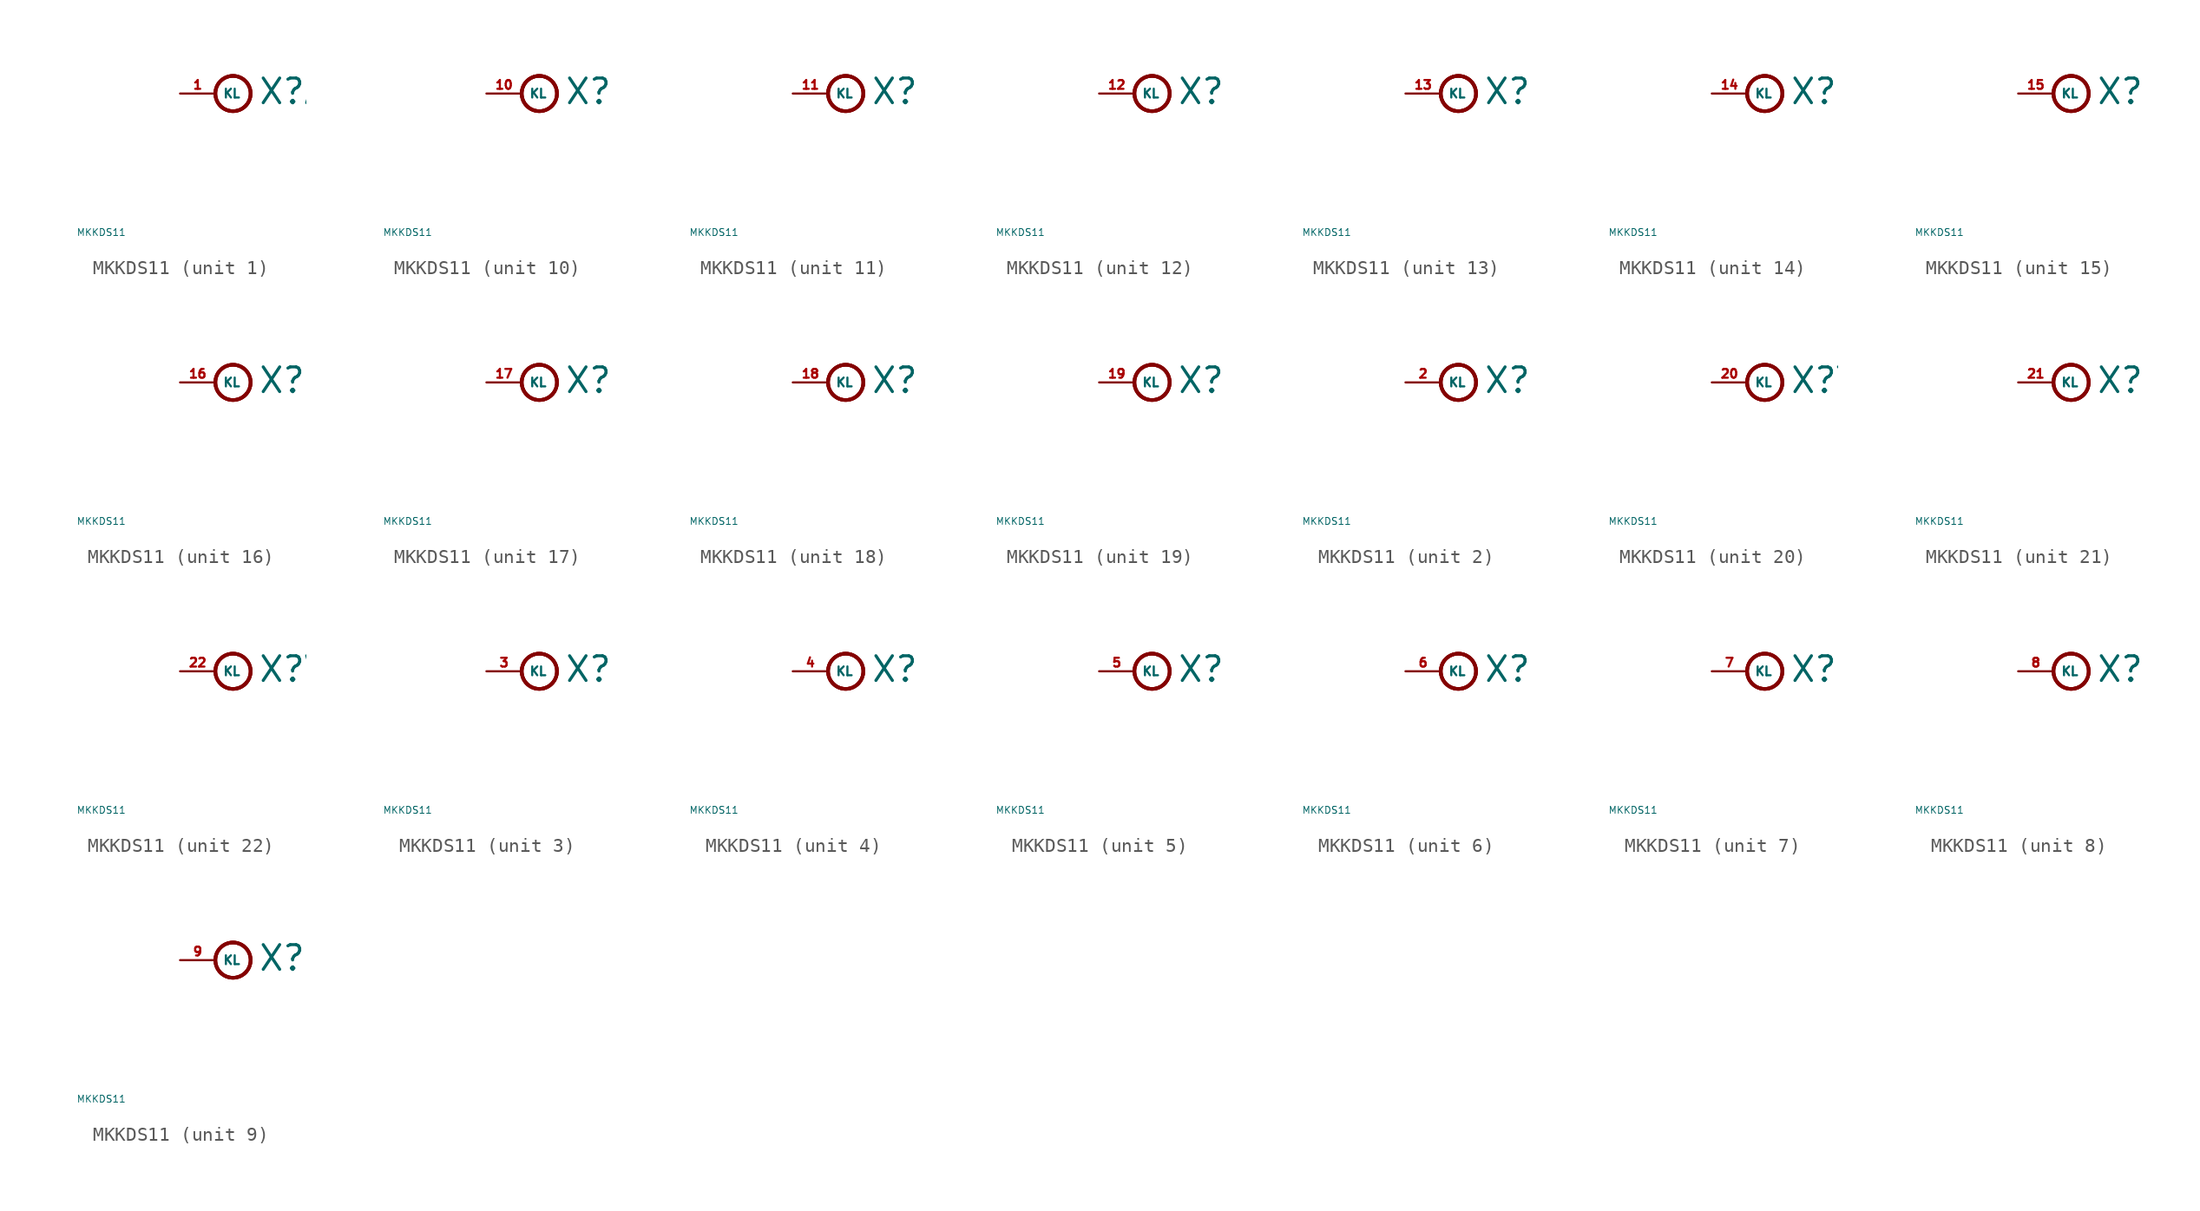
<source format=kicad_sym>
(kicad_symbol_lib
  (version 20220914)
  (generator Eagle2Kicad)
  (symbol "MKKDS11"
    (property "Reference" "X"
      (at 3.048 -0.889 0)
      (effects (font (size 1.778 1.778) (thickness 0.22)) (justify left bottom)))
    (property "Value" "MKKDS11"
      (at -10 -10 0)
      (effects (font (size 0.5 0.5) (thickness 0.06)) (justify left)))
    (symbol "MKKDS11_1_0"
      (circle (center 1.27 0) (radius 1.27) (stroke (width 0.254) (type default)) (fill (type none)))
      (circle (center 1.27 0) (radius 1.27) (stroke (width 0.254) (type default)) (fill (type none)))
      (circle (center 1.27 0) (radius 1.27) (stroke (width 0.254) (type default)) (fill (type none)))
      (pin passive line (at -2.54 0 0) (length 2.54) (name "KL" (effects (font (size 0.635 0.635) (thickness 0.08)) (justify left bottom))) (number "1" (effects (font (size 0.635 0.635) (thickness 0.08)) (justify left bottom)))))
    (symbol "MKKDS11_2_0"
      (circle (center 1.27 0) (radius 1.27) (stroke (width 0.254) (type default)) (fill (type none)))
      (circle (center 1.27 0) (radius 1.27) (stroke (width 0.254) (type default)) (fill (type none)))
      (circle (center 1.27 0) (radius 1.27) (stroke (width 0.254) (type default)) (fill (type none)))
      (pin passive line (at -2.54 0 0) (length 2.54) (name "KL" (effects (font (size 0.635 0.635) (thickness 0.08)) (justify left bottom))) (number "2" (effects (font (size 0.635 0.635) (thickness 0.08)) (justify left bottom)))))
    (symbol "MKKDS11_3_0"
      (circle (center 1.27 0) (radius 1.27) (stroke (width 0.254) (type default)) (fill (type none)))
      (circle (center 1.27 0) (radius 1.27) (stroke (width 0.254) (type default)) (fill (type none)))
      (circle (center 1.27 0) (radius 1.27) (stroke (width 0.254) (type default)) (fill (type none)))
      (pin passive line (at -2.54 0 0) (length 2.54) (name "KL" (effects (font (size 0.635 0.635) (thickness 0.08)) (justify left bottom))) (number "3" (effects (font (size 0.635 0.635) (thickness 0.08)) (justify left bottom)))))
    (symbol "MKKDS11_4_0"
      (circle (center 1.27 0) (radius 1.27) (stroke (width 0.254) (type default)) (fill (type none)))
      (circle (center 1.27 0) (radius 1.27) (stroke (width 0.254) (type default)) (fill (type none)))
      (circle (center 1.27 0) (radius 1.27) (stroke (width 0.254) (type default)) (fill (type none)))
      (pin passive line (at -2.54 0 0) (length 2.54) (name "KL" (effects (font (size 0.635 0.635) (thickness 0.08)) (justify left bottom))) (number "4" (effects (font (size 0.635 0.635) (thickness 0.08)) (justify left bottom)))))
    (symbol "MKKDS11_5_0"
      (circle (center 1.27 0) (radius 1.27) (stroke (width 0.254) (type default)) (fill (type none)))
      (circle (center 1.27 0) (radius 1.27) (stroke (width 0.254) (type default)) (fill (type none)))
      (circle (center 1.27 0) (radius 1.27) (stroke (width 0.254) (type default)) (fill (type none)))
      (pin passive line (at -2.54 0 0) (length 2.54) (name "KL" (effects (font (size 0.635 0.635) (thickness 0.08)) (justify left bottom))) (number "5" (effects (font (size 0.635 0.635) (thickness 0.08)) (justify left bottom)))))
    (symbol "MKKDS11_6_0"
      (circle (center 1.27 0) (radius 1.27) (stroke (width 0.254) (type default)) (fill (type none)))
      (circle (center 1.27 0) (radius 1.27) (stroke (width 0.254) (type default)) (fill (type none)))
      (circle (center 1.27 0) (radius 1.27) (stroke (width 0.254) (type default)) (fill (type none)))
      (pin passive line (at -2.54 0 0) (length 2.54) (name "KL" (effects (font (size 0.635 0.635) (thickness 0.08)) (justify left bottom))) (number "6" (effects (font (size 0.635 0.635) (thickness 0.08)) (justify left bottom)))))
    (symbol "MKKDS11_7_0"
      (circle (center 1.27 0) (radius 1.27) (stroke (width 0.254) (type default)) (fill (type none)))
      (circle (center 1.27 0) (radius 1.27) (stroke (width 0.254) (type default)) (fill (type none)))
      (circle (center 1.27 0) (radius 1.27) (stroke (width 0.254) (type default)) (fill (type none)))
      (pin passive line (at -2.54 0 0) (length 2.54) (name "KL" (effects (font (size 0.635 0.635) (thickness 0.08)) (justify left bottom))) (number "7" (effects (font (size 0.635 0.635) (thickness 0.08)) (justify left bottom)))))
    (symbol "MKKDS11_8_0"
      (circle (center 1.27 0) (radius 1.27) (stroke (width 0.254) (type default)) (fill (type none)))
      (circle (center 1.27 0) (radius 1.27) (stroke (width 0.254) (type default)) (fill (type none)))
      (circle (center 1.27 0) (radius 1.27) (stroke (width 0.254) (type default)) (fill (type none)))
      (pin passive line (at -2.54 0 0) (length 2.54) (name "KL" (effects (font (size 0.635 0.635) (thickness 0.08)) (justify left bottom))) (number "8" (effects (font (size 0.635 0.635) (thickness 0.08)) (justify left bottom)))))
    (symbol "MKKDS11_9_0"
      (circle (center 1.27 0) (radius 1.27) (stroke (width 0.254) (type default)) (fill (type none)))
      (circle (center 1.27 0) (radius 1.27) (stroke (width 0.254) (type default)) (fill (type none)))
      (circle (center 1.27 0) (radius 1.27) (stroke (width 0.254) (type default)) (fill (type none)))
      (pin passive line (at -2.54 0 0) (length 2.54) (name "KL" (effects (font (size 0.635 0.635) (thickness 0.08)) (justify left bottom))) (number "9" (effects (font (size 0.635 0.635) (thickness 0.08)) (justify left bottom)))))
    (symbol "MKKDS11_10_0"
      (circle (center 1.27 0) (radius 1.27) (stroke (width 0.254) (type default)) (fill (type none)))
      (circle (center 1.27 0) (radius 1.27) (stroke (width 0.254) (type default)) (fill (type none)))
      (circle (center 1.27 0) (radius 1.27) (stroke (width 0.254) (type default)) (fill (type none)))
      (pin passive line (at -2.54 0 0) (length 2.54) (name "KL" (effects (font (size 0.635 0.635) (thickness 0.08)) (justify left bottom))) (number "10" (effects (font (size 0.635 0.635) (thickness 0.08)) (justify left bottom)))))
    (symbol "MKKDS11_11_0"
      (circle (center 1.27 0) (radius 1.27) (stroke (width 0.254) (type default)) (fill (type none)))
      (circle (center 1.27 0) (radius 1.27) (stroke (width 0.254) (type default)) (fill (type none)))
      (circle (center 1.27 0) (radius 1.27) (stroke (width 0.254) (type default)) (fill (type none)))
      (pin passive line (at -2.54 0 0) (length 2.54) (name "KL" (effects (font (size 0.635 0.635) (thickness 0.08)) (justify left bottom))) (number "11" (effects (font (size 0.635 0.635) (thickness 0.08)) (justify left bottom)))))
    (symbol "MKKDS11_12_0"
      (circle (center 1.27 0) (radius 1.27) (stroke (width 0.254) (type default)) (fill (type none)))
      (circle (center 1.27 0) (radius 1.27) (stroke (width 0.254) (type default)) (fill (type none)))
      (circle (center 1.27 0) (radius 1.27) (stroke (width 0.254) (type default)) (fill (type none)))
      (pin passive line (at -2.54 0 0) (length 2.54) (name "KL" (effects (font (size 0.635 0.635) (thickness 0.08)) (justify left bottom))) (number "12" (effects (font (size 0.635 0.635) (thickness 0.08)) (justify left bottom)))))
    (symbol "MKKDS11_13_0"
      (circle (center 1.27 0) (radius 1.27) (stroke (width 0.254) (type default)) (fill (type none)))
      (circle (center 1.27 0) (radius 1.27) (stroke (width 0.254) (type default)) (fill (type none)))
      (circle (center 1.27 0) (radius 1.27) (stroke (width 0.254) (type default)) (fill (type none)))
      (pin passive line (at -2.54 0 0) (length 2.54) (name "KL" (effects (font (size 0.635 0.635) (thickness 0.08)) (justify left bottom))) (number "13" (effects (font (size 0.635 0.635) (thickness 0.08)) (justify left bottom)))))
    (symbol "MKKDS11_14_0"
      (circle (center 1.27 0) (radius 1.27) (stroke (width 0.254) (type default)) (fill (type none)))
      (circle (center 1.27 0) (radius 1.27) (stroke (width 0.254) (type default)) (fill (type none)))
      (circle (center 1.27 0) (radius 1.27) (stroke (width 0.254) (type default)) (fill (type none)))
      (pin passive line (at -2.54 0 0) (length 2.54) (name "KL" (effects (font (size 0.635 0.635) (thickness 0.08)) (justify left bottom))) (number "14" (effects (font (size 0.635 0.635) (thickness 0.08)) (justify left bottom)))))
    (symbol "MKKDS11_15_0"
      (circle (center 1.27 0) (radius 1.27) (stroke (width 0.254) (type default)) (fill (type none)))
      (circle (center 1.27 0) (radius 1.27) (stroke (width 0.254) (type default)) (fill (type none)))
      (circle (center 1.27 0) (radius 1.27) (stroke (width 0.254) (type default)) (fill (type none)))
      (pin passive line (at -2.54 0 0) (length 2.54) (name "KL" (effects (font (size 0.635 0.635) (thickness 0.08)) (justify left bottom))) (number "15" (effects (font (size 0.635 0.635) (thickness 0.08)) (justify left bottom)))))
    (symbol "MKKDS11_16_0"
      (circle (center 1.27 0) (radius 1.27) (stroke (width 0.254) (type default)) (fill (type none)))
      (circle (center 1.27 0) (radius 1.27) (stroke (width 0.254) (type default)) (fill (type none)))
      (circle (center 1.27 0) (radius 1.27) (stroke (width 0.254) (type default)) (fill (type none)))
      (pin passive line (at -2.54 0 0) (length 2.54) (name "KL" (effects (font (size 0.635 0.635) (thickness 0.08)) (justify left bottom))) (number "16" (effects (font (size 0.635 0.635) (thickness 0.08)) (justify left bottom)))))
    (symbol "MKKDS11_17_0"
      (circle (center 1.27 0) (radius 1.27) (stroke (width 0.254) (type default)) (fill (type none)))
      (circle (center 1.27 0) (radius 1.27) (stroke (width 0.254) (type default)) (fill (type none)))
      (circle (center 1.27 0) (radius 1.27) (stroke (width 0.254) (type default)) (fill (type none)))
      (pin passive line (at -2.54 0 0) (length 2.54) (name "KL" (effects (font (size 0.635 0.635) (thickness 0.08)) (justify left bottom))) (number "17" (effects (font (size 0.635 0.635) (thickness 0.08)) (justify left bottom)))))
    (symbol "MKKDS11_18_0"
      (circle (center 1.27 0) (radius 1.27) (stroke (width 0.254) (type default)) (fill (type none)))
      (circle (center 1.27 0) (radius 1.27) (stroke (width 0.254) (type default)) (fill (type none)))
      (circle (center 1.27 0) (radius 1.27) (stroke (width 0.254) (type default)) (fill (type none)))
      (pin passive line (at -2.54 0 0) (length 2.54) (name "KL" (effects (font (size 0.635 0.635) (thickness 0.08)) (justify left bottom))) (number "18" (effects (font (size 0.635 0.635) (thickness 0.08)) (justify left bottom)))))
    (symbol "MKKDS11_19_0"
      (circle (center 1.27 0) (radius 1.27) (stroke (width 0.254) (type default)) (fill (type none)))
      (circle (center 1.27 0) (radius 1.27) (stroke (width 0.254) (type default)) (fill (type none)))
      (circle (center 1.27 0) (radius 1.27) (stroke (width 0.254) (type default)) (fill (type none)))
      (pin passive line (at -2.54 0 0) (length 2.54) (name "KL" (effects (font (size 0.635 0.635) (thickness 0.08)) (justify left bottom))) (number "19" (effects (font (size 0.635 0.635) (thickness 0.08)) (justify left bottom)))))
    (symbol "MKKDS11_20_0"
      (circle (center 1.27 0) (radius 1.27) (stroke (width 0.254) (type default)) (fill (type none)))
      (circle (center 1.27 0) (radius 1.27) (stroke (width 0.254) (type default)) (fill (type none)))
      (circle (center 1.27 0) (radius 1.27) (stroke (width 0.254) (type default)) (fill (type none)))
      (pin passive line (at -2.54 0 0) (length 2.54) (name "KL" (effects (font (size 0.635 0.635) (thickness 0.08)) (justify left bottom))) (number "20" (effects (font (size 0.635 0.635) (thickness 0.08)) (justify left bottom)))))
    (symbol "MKKDS11_21_0"
      (circle (center 1.27 0) (radius 1.27) (stroke (width 0.254) (type default)) (fill (type none)))
      (circle (center 1.27 0) (radius 1.27) (stroke (width 0.254) (type default)) (fill (type none)))
      (circle (center 1.27 0) (radius 1.27) (stroke (width 0.254) (type default)) (fill (type none)))
      (pin passive line (at -2.54 0 0) (length 2.54) (name "KL" (effects (font (size 0.635 0.635) (thickness 0.08)) (justify left bottom))) (number "21" (effects (font (size 0.635 0.635) (thickness 0.08)) (justify left bottom)))))
    (symbol "MKKDS11_22_0"
      (circle (center 1.27 0) (radius 1.27) (stroke (width 0.254) (type default)) (fill (type none)))
      (circle (center 1.27 0) (radius 1.27) (stroke (width 0.254) (type default)) (fill (type none)))
      (circle (center 1.27 0) (radius 1.27) (stroke (width 0.254) (type default)) (fill (type none)))
      (pin passive line (at -2.54 0 0) (length 2.54) (name "KL" (effects (font (size 0.635 0.635) (thickness 0.08)) (justify left bottom))) (number "22" (effects (font (size 0.635 0.635) (thickness 0.08)) (justify left bottom)))))))
</source>
